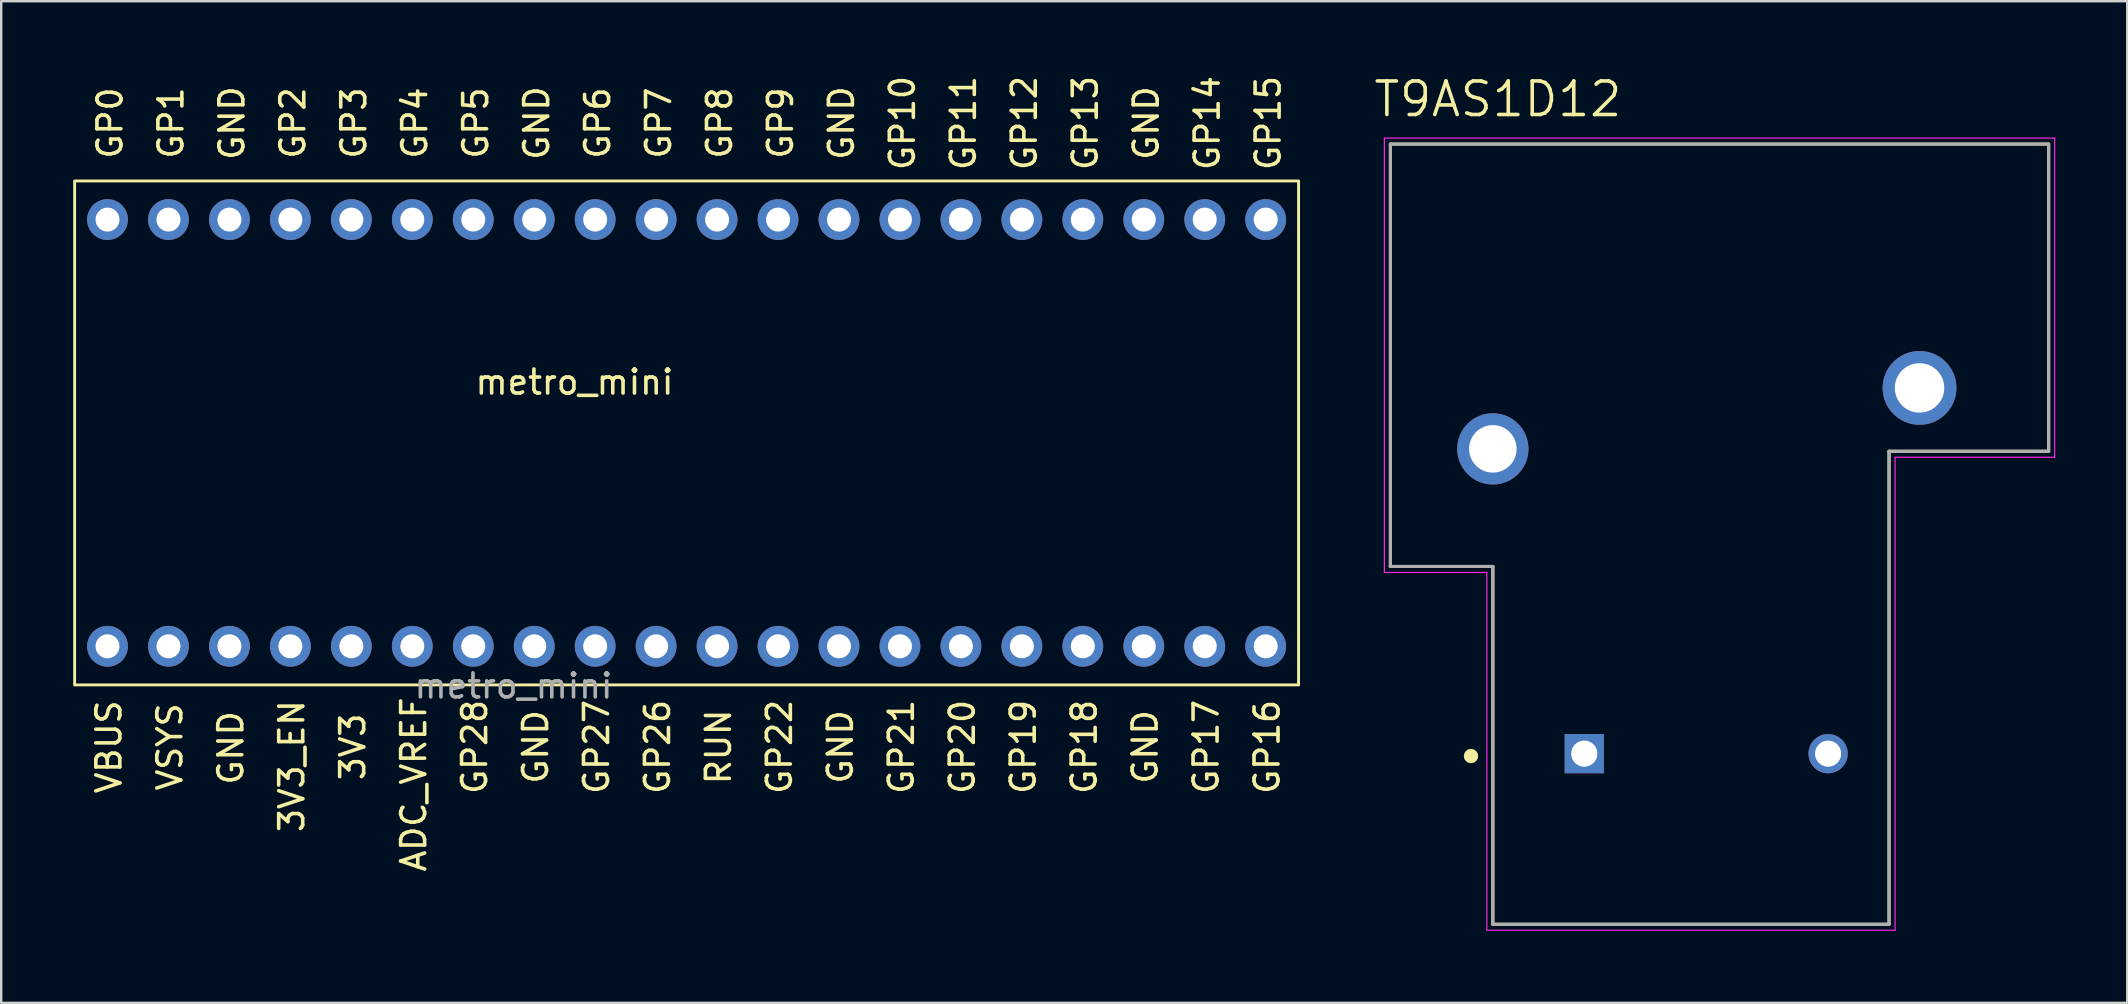
<source format=kicad_pcb>
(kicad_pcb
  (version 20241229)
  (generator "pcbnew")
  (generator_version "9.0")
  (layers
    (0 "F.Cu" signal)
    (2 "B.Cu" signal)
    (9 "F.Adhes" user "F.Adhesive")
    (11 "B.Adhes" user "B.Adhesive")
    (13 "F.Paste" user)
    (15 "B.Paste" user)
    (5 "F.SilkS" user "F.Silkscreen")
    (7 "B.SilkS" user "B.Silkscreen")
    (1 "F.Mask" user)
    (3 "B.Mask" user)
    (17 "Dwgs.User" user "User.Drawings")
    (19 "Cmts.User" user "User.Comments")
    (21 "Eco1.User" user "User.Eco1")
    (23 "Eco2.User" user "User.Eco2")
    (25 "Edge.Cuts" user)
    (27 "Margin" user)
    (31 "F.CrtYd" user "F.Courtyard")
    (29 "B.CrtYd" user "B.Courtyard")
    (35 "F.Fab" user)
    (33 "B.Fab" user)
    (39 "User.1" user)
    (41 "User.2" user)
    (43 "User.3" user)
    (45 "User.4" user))
  (footprint "metro_mini"
    (layer "F.Cu")
    (at 24.348 15.372)
    (property "Reference" "metro_mini" (at -3.46 -2.5 0) (layer "F.SilkS") (effects (font (size 1 1) (thickness 0.15))))
    (attr through_hole)
    (fp_rect (start -24.288 -10.882) (end 26.712 10.118) (stroke (width 0.12) (type solid)) (fill no) (layer "F.SilkS"))
    (fp_text user "VBUS" (at -22.86 12.7 90) (layer "F.SilkS") (effects (font (size 1 1) (thickness 0.15))))
    (fp_text user "GND" (at 20.365 -13.295 90) (layer "F.SilkS") (effects (font (size 1 1) (thickness 0.15))))
    (fp_text user "GP15" (at 25.445 -13.295 90) (layer "F.SilkS") (effects (font (size 1 1) (thickness 0.15))))
    (fp_text user "GP8" (at 2.585 -13.295 90) (layer "F.SilkS") (effects (font (size 1 1) (thickness 0.15))))
    (fp_text user "RUN" (at 2.54 12.7 90) (layer "F.SilkS") (effects (font (size 1 1) (thickness 0.15))))
    (fp_text user "GND" (at -17.735 -13.295 90) (layer "F.SilkS") (effects (font (size 1 1) (thickness 0.15))))
    (fp_text user "GP10" (at 10.205 -13.295 90) (layer "F.SilkS") (effects (font (size 1 1) (thickness 0.15))))
    (fp_text user "GP1" (at -20.275 -13.295 90) (layer "F.SilkS") (effects (font (size 1 1) (thickness 0.15))))
    (fp_text user "GND" (at -17.78 12.74 90) (layer "F.SilkS") (effects (font (size 1 1) (thickness 0.15))))
    (fp_text user "GP11" (at 12.745 -13.295 90) (layer "F.SilkS") (effects (font (size 1 1) (thickness 0.15))))
    (fp_text user "GP6" (at -2.495 -13.295 90) (layer "F.SilkS") (effects (font (size 1 1) (thickness 0.15))))
    (fp_text user "ADC_VREF" (at -10.16 14.264 90) (layer "F.SilkS") (effects (font (size 1 1) (thickness 0.15))))
    (fp_text user "GP0" (at -22.815 -13.295 90) (layer "F.SilkS") (effects (font (size 1 1) (thickness 0.15))))
    (fp_text user "GND" (at 7.665 -13.295 90) (layer "F.SilkS") (effects (font (size 1 1) (thickness 0.15))))
    (fp_text user "GP20" (at 12.7 12.7 90) (layer "F.SilkS") (effects (font (size 1 1) (thickness 0.15))))
    (fp_text user "GND" (at 7.62 12.7 90) (layer "F.SilkS") (effects (font (size 1 1) (thickness 0.15))))
    (fp_text user "GP16" (at 25.4 12.7 90) (layer "F.SilkS") (effects (font (size 1 1) (thickness 0.15))))
    (fp_text user "GP3" (at -12.655 -13.295 90) (layer "F.SilkS") (effects (font (size 1 1) (thickness 0.15))))
    (fp_text user "GP14" (at 22.905 -13.295 90) (layer "F.SilkS") (effects (font (size 1 1) (thickness 0.15))))
    (fp_text user "GP17" (at 22.86 12.7 90) (layer "F.SilkS") (effects (font (size 1 1) (thickness 0.15))))
    (fp_text user "GND" (at -5.08 12.7 90) (layer "F.SilkS") (effects (font (size 1 1) (thickness 0.15))))
    (fp_text user "GP27" (at -2.54 12.7 90) (layer "F.SilkS") (effects (font (size 1 1) (thickness 0.15))))
    (fp_text user "3V3" (at -12.7 12.7 90) (layer "F.SilkS") (effects (font (size 1 1) (thickness 0.15))))
    (fp_text user "GP18" (at 17.78 12.7 90) (layer "F.SilkS") (effects (font (size 1 1) (thickness 0.15))))
    (fp_text user "GP7" (at 0.045 -13.295 90) (layer "F.SilkS") (effects (font (size 1 1) (thickness 0.15))))
    (fp_text user "GP12" (at 15.285 -13.295 90) (layer "F.SilkS") (effects (font (size 1 1) (thickness 0.15))))
    (fp_text user "GP4" (at -10.115 -13.295 90) (layer "F.SilkS") (effects (font (size 1 1) (thickness 0.15))))
    (fp_text user "GP2" (at -15.195 -13.295 90) (layer "F.SilkS") (effects (font (size 1 1) (thickness 0.15))))
    (fp_text user "GP13" (at 17.825 -13.295 90) (layer "F.SilkS") (effects (font (size 1 1) (thickness 0.15))))
    (fp_text user "GP19" (at 15.24 12.7 90) (layer "F.SilkS") (effects (font (size 1 1) (thickness 0.15))))
    (fp_text user "GP28" (at -7.62 12.7 90) (layer "F.SilkS") (effects (font (size 1 1) (thickness 0.15))))
    (fp_text user "GND" (at 20.32 12.7 90) (layer "F.SilkS") (effects (font (size 1 1) (thickness 0.15))))
    (fp_text user "GP9" (at 5.125 -13.295 90) (layer "F.SilkS") (effects (font (size 1 1) (thickness 0.15))))
    (fp_text user "GP22" (at 5.08 12.7 90) (layer "F.SilkS") (effects (font (size 1 1) (thickness 0.15))))
    (fp_text user "GP21" (at 10.16 12.7 90) (layer "F.SilkS") (effects (font (size 1 1) (thickness 0.15))))
    (fp_text user "VSYS" (at -20.32 12.7 90) (layer "F.SilkS") (effects (font (size 1 1) (thickness 0.15))))
    (fp_text user "GP5" (at -7.575 -13.295 90) (layer "F.SilkS") (effects (font (size 1 1) (thickness 0.15))))
    (fp_text user "GND" (at -5.035 -13.295 90) (layer "F.SilkS") (effects (font (size 1 1) (thickness 0.15))))
    (fp_text user "3V3_EN" (at -15.24 13.502 90) (layer "F.SilkS") (effects (font (size 1 1) (thickness 0.15))))
    (fp_text user "GP26" (at 0 12.7 90) (layer "F.SilkS") (effects (font (size 1 1) (thickness 0.15))))
    (fp_text user "${REFERENCE}" (at -6 10.16 0) (unlocked yes) (layer "F.Fab") (effects (font (size 1 1) (thickness 0.15))))
    (pad "1" thru_hole circle (at -22.918 -9.272 270) (size 1.7 1.7) (drill 1) (layers "*.Cu" "*.Mask"))
    (pad "2" thru_hole circle (at -20.378 -9.272 270) (size 1.7 1.7) (drill 1) (layers "*.Cu" "*.Mask"))
    (pad "3" thru_hole circle (at -17.838 -9.272 270) (size 1.7 1.7) (drill 1) (layers "*.Cu" "*.Mask"))
    (pad "4" thru_hole circle (at -15.298 -9.272 270) (size 1.7 1.7) (drill 1) (layers "*.Cu" "*.Mask"))
    (pad "5" thru_hole circle (at -12.758 -9.272 270) (size 1.7 1.7) (drill 1) (layers "*.Cu" "*.Mask"))
    (pad "6" thru_hole circle (at -10.218 -9.272 270) (size 1.7 1.7) (drill 1) (layers "*.Cu" "*.Mask"))
    (pad "7" thru_hole circle (at -7.678 -9.272 270) (size 1.7 1.7) (drill 1) (layers "*.Cu" "*.Mask"))
    (pad "8" thru_hole circle (at -5.138 -9.272 270) (size 1.7 1.7) (drill 1) (layers "*.Cu" "*.Mask"))
    (pad "9" thru_hole circle (at -2.598 -9.272 270) (size 1.7 1.7) (drill 1) (layers "*.Cu" "*.Mask"))
    (pad "10" thru_hole circle (at -0.058 -9.272 270) (size 1.7 1.7) (drill 1) (layers "*.Cu" "*.Mask"))
    (pad "11" thru_hole circle (at 2.482 -9.272 270) (size 1.7 1.7) (drill 1) (layers "*.Cu" "*.Mask"))
    (pad "12" thru_hole circle (at 5.022 -9.272 270) (size 1.7 1.7) (drill 1) (layers "*.Cu" "*.Mask"))
    (pad "13" thru_hole circle (at 7.562 -9.272 270) (size 1.7 1.7) (drill 1) (layers "*.Cu" "*.Mask"))
    (pad "14" thru_hole circle (at 10.102 -9.272 270) (size 1.7 1.7) (drill 1) (layers "*.Cu" "*.Mask"))
    (pad "15" thru_hole circle (at 12.642 -9.272 270) (size 1.7 1.7) (drill 1) (layers "*.Cu" "*.Mask"))
    (pad "16" thru_hole circle (at 15.182 -9.272 270) (size 1.7 1.7) (drill 1) (layers "*.Cu" "*.Mask"))
    (pad "17" thru_hole circle (at 17.722 -9.272 270) (size 1.7 1.7) (drill 1) (layers "*.Cu" "*.Mask"))
    (pad "18" thru_hole circle (at 20.262 -9.272 270) (size 1.7 1.7) (drill 1) (layers "*.Cu" "*.Mask"))
    (pad "19" thru_hole circle (at 22.802 -9.272 270) (size 1.7 1.7) (drill 1) (layers "*.Cu" "*.Mask"))
    (pad "20" thru_hole circle (at 25.342 -9.272 270) (size 1.7 1.7) (drill 1) (layers "*.Cu" "*.Mask"))
    (pad "21" thru_hole circle (at 25.342 8.508 270) (size 1.7 1.7) (drill 1) (layers "*.Cu" "*.Mask"))
    (pad "22" thru_hole circle (at 22.802 8.508 270) (size 1.7 1.7) (drill 1) (layers "*.Cu" "*.Mask"))
    (pad "23" thru_hole circle (at 20.262 8.508 270) (size 1.7 1.7) (drill 1) (layers "*.Cu" "*.Mask"))
    (pad "24" thru_hole circle (at 17.722 8.508 270) (size 1.7 1.7) (drill 1) (layers "*.Cu" "*.Mask"))
    (pad "25" thru_hole circle (at 15.182 8.508 270) (size 1.7 1.7) (drill 1) (layers "*.Cu" "*.Mask"))
    (pad "26" thru_hole circle (at 12.642 8.508 270) (size 1.7 1.7) (drill 1) (layers "*.Cu" "*.Mask"))
    (pad "27" thru_hole circle (at 10.102 8.508 270) (size 1.7 1.7) (drill 1) (layers "*.Cu" "*.Mask"))
    (pad "28" thru_hole circle (at 7.562 8.508 270) (size 1.7 1.7) (drill 1) (layers "*.Cu" "*.Mask"))
    (pad "29" thru_hole circle (at 5.022 8.508 270) (size 1.7 1.7) (drill 1) (layers "*.Cu" "*.Mask"))
    (pad "30" thru_hole circle (at 2.482 8.508 270) (size 1.7 1.7) (drill 1) (layers "*.Cu" "*.Mask"))
    (pad "31" thru_hole circle (at -0.058 8.508 270) (size 1.7 1.7) (drill 1) (layers "*.Cu" "*.Mask"))
    (pad "32" thru_hole circle (at -2.598 8.508 270) (size 1.7 1.7) (drill 1) (layers "*.Cu" "*.Mask"))
    (pad "33" thru_hole circle (at -5.138 8.508 270) (size 1.7 1.7) (drill 1) (layers "*.Cu" "*.Mask"))
    (pad "34" thru_hole circle (at -7.678 8.508 270) (size 1.7 1.7) (drill 1) (layers "*.Cu" "*.Mask"))
    (pad "35" thru_hole circle (at -10.218 8.508 270) (size 1.7 1.7) (drill 1) (layers "*.Cu" "*.Mask"))
    (pad "36" thru_hole circle (at -12.758 8.508 270) (size 1.7 1.7) (drill 1) (layers "*.Cu" "*.Mask"))
    (pad "37" thru_hole circle (at -15.298 8.508 270) (size 1.7 1.7) (drill 1) (layers "*.Cu" "*.Mask"))
    (pad "38" thru_hole circle (at -17.838 8.508 270) (size 1.7 1.7) (drill 1) (layers "*.Cu" "*.Mask"))
    (pad "39" thru_hole circle (at -20.378 8.508 270) (size 1.7 1.7) (drill 1) (layers "*.Cu" "*.Mask"))
    (pad "40" thru_hole circle (at -22.918 8.508 270) (size 1.7 1.7) (drill 1) (layers "*.Cu" "*.Mask")))
  (footprint "T9AS1D12"
    (layer "F.Cu")
    (at 62.965 28.354)
    (property "Reference" "T9AS1D12" (at -3.6 -27.272 0) (layer "F.SilkS") (effects (font (size 1.398 1.398) (thickness 0.15))))
    (attr through_hole)
    (fp_line (start -8.08 -25.4) (end -8.08 -7.8) (stroke (width 0.127) (type solid)) (layer "F.SilkS"))
    (fp_line (start -8.08 -7.8) (end -3.81 -7.8) (stroke (width 0.127) (type solid)) (layer "F.SilkS"))
    (fp_line (start -3.81 -7.8) (end -3.81 7.11) (stroke (width 0.127) (type solid)) (layer "F.SilkS"))
    (fp_line (start -3.81 7.11) (end 12.7 7.11) (stroke (width 0.127) (type solid)) (layer "F.SilkS"))
    (fp_line (start 12.7 -12.6) (end 12.7 7.11) (stroke (width 0.127) (type solid)) (layer "F.SilkS"))
    (fp_line (start 19.35 -25.4) (end -8.08 -25.4) (stroke (width 0.127) (type solid)) (layer "F.SilkS"))
    (fp_line (start 19.35 -12.6) (end 12.7 -12.6) (stroke (width 0.127) (type solid)) (layer "F.SilkS"))
    (fp_line (start 19.35 -12.6) (end 19.35 -25.4) (stroke (width 0.127) (type solid)) (layer "F.SilkS"))
    (fp_circle (center -4.72 0.1) (end -4.57 0.1) (stroke (width 0.3) (type solid)) (fill no) (layer "F.SilkS"))
    (fp_line (start -8.33 -25.65) (end 19.6 -25.65) (stroke (width 0.05) (type solid)) (layer "F.CrtYd"))
    (fp_line (start -8.33 -7.55) (end -8.33 -25.65) (stroke (width 0.05) (type solid)) (layer "F.CrtYd"))
    (fp_line (start -4.06 -7.55) (end -8.33 -7.55) (stroke (width 0.05) (type solid)) (layer "F.CrtYd"))
    (fp_line (start -4.06 7.36) (end -4.06 -7.55) (stroke (width 0.05) (type solid)) (layer "F.CrtYd"))
    (fp_line (start 12.95 -12.35) (end 12.95 7.36) (stroke (width 0.05) (type solid)) (layer "F.CrtYd"))
    (fp_line (start 12.95 7.36) (end -4.06 7.36) (stroke (width 0.05) (type solid)) (layer "F.CrtYd"))
    (fp_line (start 19.6 -25.65) (end 19.6 -12.35) (stroke (width 0.05) (type solid)) (layer "F.CrtYd"))
    (fp_line (start 19.6 -12.35) (end 12.95 -12.35) (stroke (width 0.05) (type solid)) (layer "F.CrtYd"))
    (fp_line (start -8.08 -25.4) (end -8.08 -7.8) (stroke (width 0.127) (type solid)) (layer "F.Fab"))
    (fp_line (start -8.08 -7.8) (end -3.81 -7.8) (stroke (width 0.127) (type solid)) (layer "F.Fab"))
    (fp_line (start -3.81 -7.8) (end -3.81 7.11) (stroke (width 0.127) (type solid)) (layer "F.Fab"))
    (fp_line (start -3.81 7.11) (end 12.7 7.11) (stroke (width 0.127) (type solid)) (layer "F.Fab"))
    (fp_line (start 12.7 -12.6) (end 19.35 -12.6) (stroke (width 0.127) (type solid)) (layer "F.Fab"))
    (fp_line (start 12.7 7.11) (end 12.7 -12.6) (stroke (width 0.127) (type solid)) (layer "F.Fab"))
    (fp_line (start 19.35 -25.4) (end -8.08 -25.4) (stroke (width 0.127) (type solid)) (layer "F.Fab"))
    (fp_line (start 19.35 -12.6) (end 19.35 -25.4) (stroke (width 0.127) (type solid)) (layer "F.Fab"))
    (pad "A1" thru_hole rect (at 0 0) (size 1.635 1.635) (drill 1.09) (layers "*.Cu" "*.Mask"))
    (pad "A2" thru_hole circle (at 10.16 0) (size 1.635 1.635) (drill 1.09) (layers "*.Cu" "*.Mask"))
    (pad "C" thru_hole circle (at -3.81 -12.7) (size 2.97 2.97) (drill 1.98) (layers "*.Cu" "*.Mask"))
    (pad "NO" thru_hole circle (at 13.97 -15.24) (size 3.076 3.076) (drill 2.06) (layers "*.Cu" "*.Mask")))
  (gr_rect
    (start -3 -3)
    (end 85.59 38.739)
    (stroke (width 0.1) (type default))
    (fill no)
    (layer "Edge.Cuts")))
</source>
